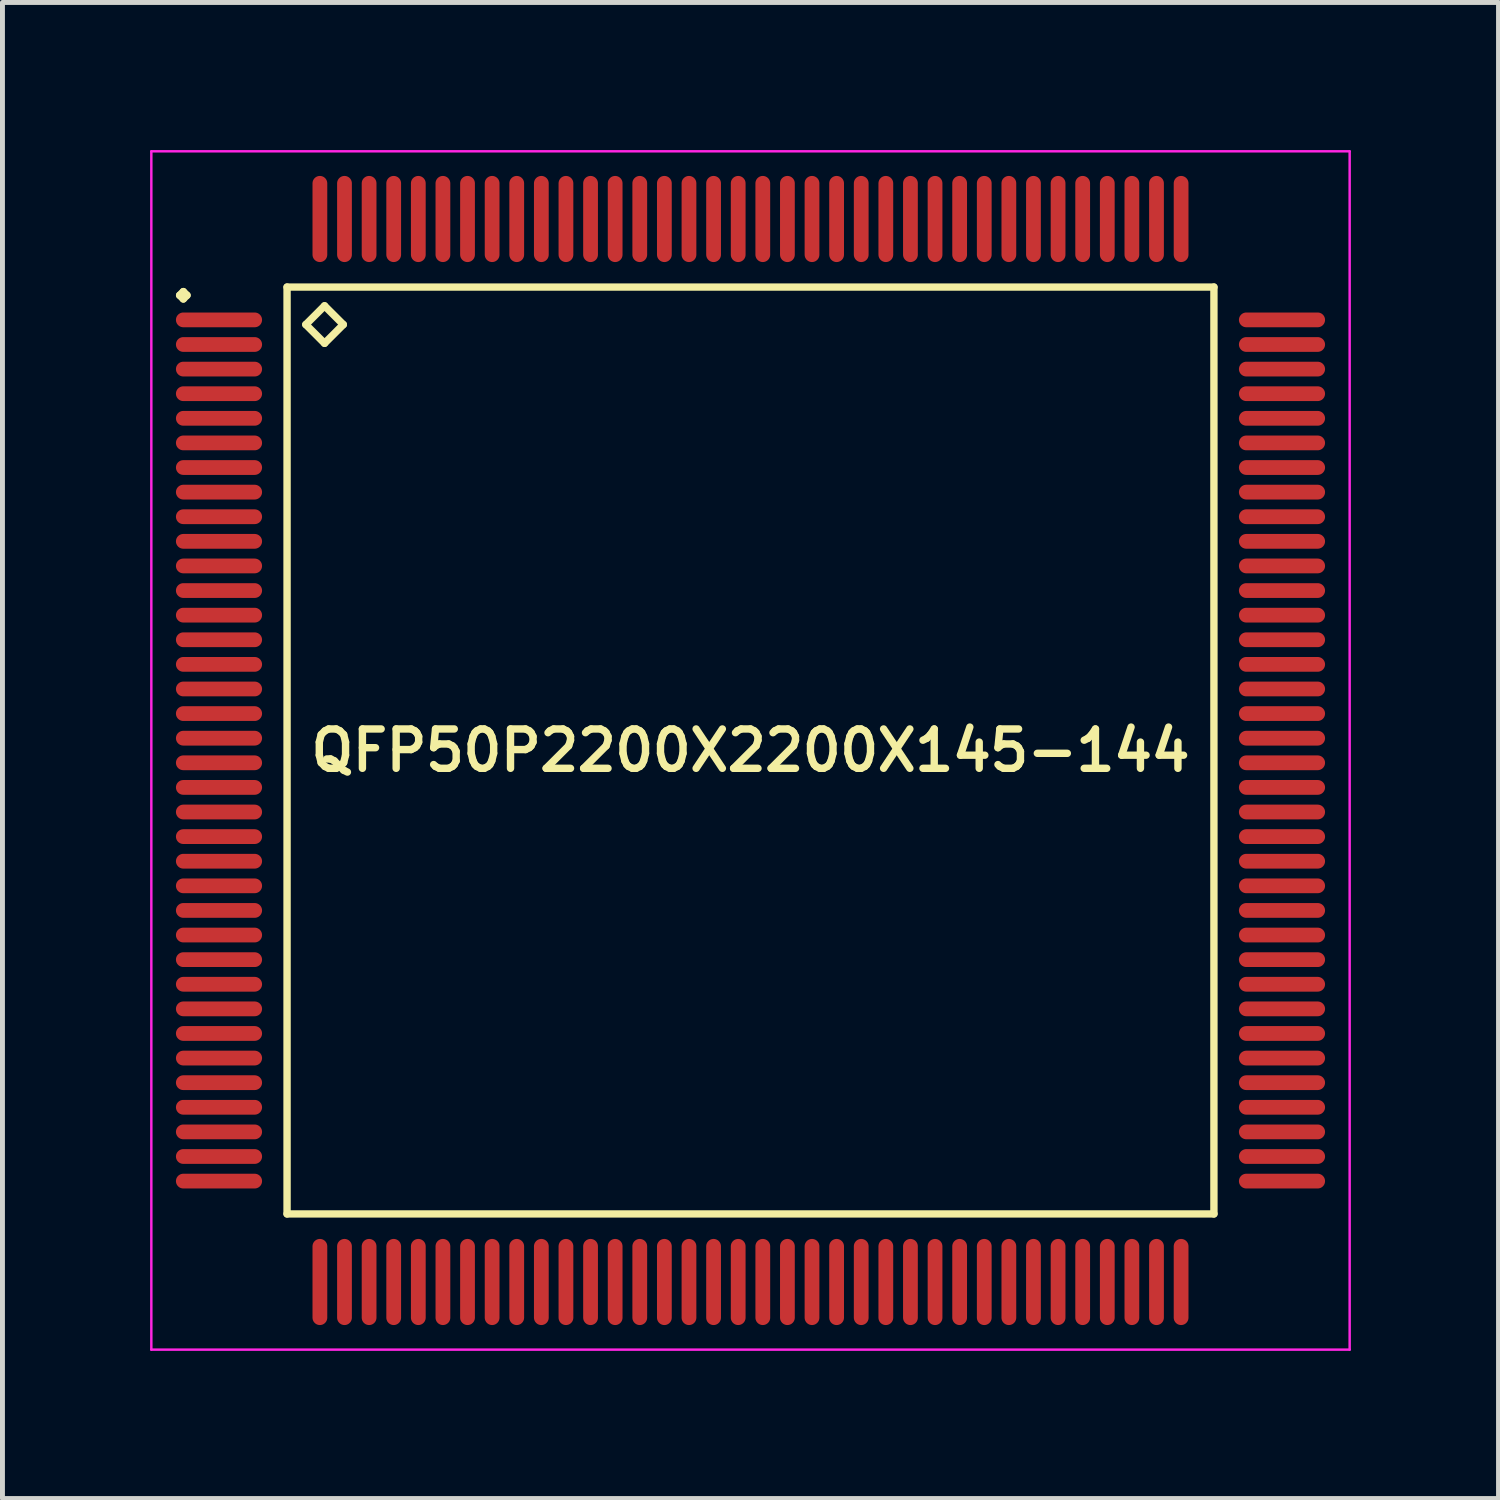
<source format=kicad_pcb>
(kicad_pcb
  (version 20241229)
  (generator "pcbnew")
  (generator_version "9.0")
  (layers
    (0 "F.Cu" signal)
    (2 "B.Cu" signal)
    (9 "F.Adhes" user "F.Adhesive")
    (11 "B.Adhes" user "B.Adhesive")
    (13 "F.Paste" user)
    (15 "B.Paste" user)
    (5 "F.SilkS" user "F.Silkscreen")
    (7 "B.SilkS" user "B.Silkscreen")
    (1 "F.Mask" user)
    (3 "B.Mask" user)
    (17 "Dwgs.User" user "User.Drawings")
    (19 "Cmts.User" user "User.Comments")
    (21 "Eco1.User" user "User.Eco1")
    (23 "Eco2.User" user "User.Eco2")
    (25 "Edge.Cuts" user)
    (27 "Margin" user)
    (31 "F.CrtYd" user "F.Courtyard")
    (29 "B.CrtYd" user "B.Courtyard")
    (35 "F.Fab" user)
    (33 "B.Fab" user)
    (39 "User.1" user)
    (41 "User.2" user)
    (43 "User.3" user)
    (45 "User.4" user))
  (footprint "QFP50P2200X2200X145-144"
    (layer "F.Cu")
    (at 12.2 12.2)
    (property "Reference" "QFP50P2200X2200X145-144" (at 0 0 0) (layer "F.SilkS") (effects (font (size 0.8 0.8) (thickness 0.15))))
    (attr smd)
    (fp_line (start -11.6 -9.25) (end -11.525 -9.325) (stroke (width 0.15) (type solid)) (layer "F.SilkS"))
    (fp_line (start -11.525 -9.325) (end -11.45 -9.25) (stroke (width 0.15) (type solid)) (layer "F.SilkS"))
    (fp_line (start -11.525 -9.175) (end -11.6 -9.25) (stroke (width 0.15) (type solid)) (layer "F.SilkS"))
    (fp_line (start -11.45 -9.25) (end -11.525 -9.175) (stroke (width 0.15) (type solid)) (layer "F.SilkS"))
    (fp_line (start -9.417 -9.417) (end -9.417 9.417) (stroke (width 0.15) (type solid)) (layer "F.SilkS"))
    (fp_line (start -9.417 9.417) (end 9.417 9.417) (stroke (width 0.15) (type solid)) (layer "F.SilkS"))
    (fp_line (start -9.036 -8.655) (end -8.655 -9.036) (stroke (width 0.15) (type solid)) (layer "F.SilkS"))
    (fp_line (start -8.655 -9.036) (end -8.274 -8.655) (stroke (width 0.15) (type solid)) (layer "F.SilkS"))
    (fp_line (start -8.655 -8.274) (end -9.036 -8.655) (stroke (width 0.15) (type solid)) (layer "F.SilkS"))
    (fp_line (start -8.274 -8.655) (end -8.655 -8.274) (stroke (width 0.15) (type solid)) (layer "F.SilkS"))
    (fp_line (start 9.417 -9.417) (end -9.417 -9.417) (stroke (width 0.15) (type solid)) (layer "F.SilkS"))
    (fp_line (start 9.417 9.417) (end 9.417 -9.417) (stroke (width 0.15) (type solid)) (layer "F.SilkS"))
    (fp_line (start -12.175 -12.175) (end 12.175 -12.175) (stroke (width 0.05) (type solid)) (layer "F.CrtYd"))
    (fp_line (start -12.175 12.175) (end -12.175 -12.175) (stroke (width 0.05) (type solid)) (layer "F.CrtYd"))
    (fp_line (start 12.175 -12.175) (end 12.175 12.175) (stroke (width 0.05) (type solid)) (layer "F.CrtYd"))
    (fp_line (start 12.175 12.175) (end -12.175 12.175) (stroke (width 0.05) (type solid)) (layer "F.CrtYd"))
    (pad "1" smd oval (at -10.8 -8.75) (size 1.75 0.3) (layers "F.Cu" "F.Mask" "F.Paste"))
    (pad "2" smd oval (at -10.8 -8.25) (size 1.75 0.3) (layers "F.Cu" "F.Mask" "F.Paste"))
    (pad "3" smd oval (at -10.8 -7.75) (size 1.75 0.3) (layers "F.Cu" "F.Mask" "F.Paste"))
    (pad "4" smd oval (at -10.8 -7.25) (size 1.75 0.3) (layers "F.Cu" "F.Mask" "F.Paste"))
    (pad "5" smd oval (at -10.8 -6.75) (size 1.75 0.3) (layers "F.Cu" "F.Mask" "F.Paste"))
    (pad "6" smd oval (at -10.8 -6.25) (size 1.75 0.3) (layers "F.Cu" "F.Mask" "F.Paste"))
    (pad "7" smd oval (at -10.8 -5.75) (size 1.75 0.3) (layers "F.Cu" "F.Mask" "F.Paste"))
    (pad "8" smd oval (at -10.8 -5.25) (size 1.75 0.3) (layers "F.Cu" "F.Mask" "F.Paste"))
    (pad "9" smd oval (at -10.8 -4.75) (size 1.75 0.3) (layers "F.Cu" "F.Mask" "F.Paste"))
    (pad "10" smd oval (at -10.8 -4.25) (size 1.75 0.3) (layers "F.Cu" "F.Mask" "F.Paste"))
    (pad "11" smd oval (at -10.8 -3.75) (size 1.75 0.3) (layers "F.Cu" "F.Mask" "F.Paste"))
    (pad "12" smd oval (at -10.8 -3.25) (size 1.75 0.3) (layers "F.Cu" "F.Mask" "F.Paste"))
    (pad "13" smd oval (at -10.8 -2.75) (size 1.75 0.3) (layers "F.Cu" "F.Mask" "F.Paste"))
    (pad "14" smd oval (at -10.8 -2.25) (size 1.75 0.3) (layers "F.Cu" "F.Mask" "F.Paste"))
    (pad "15" smd oval (at -10.8 -1.75) (size 1.75 0.3) (layers "F.Cu" "F.Mask" "F.Paste"))
    (pad "16" smd oval (at -10.8 -1.25) (size 1.75 0.3) (layers "F.Cu" "F.Mask" "F.Paste"))
    (pad "17" smd oval (at -10.8 -0.75) (size 1.75 0.3) (layers "F.Cu" "F.Mask" "F.Paste"))
    (pad "18" smd oval (at -10.8 -0.25) (size 1.75 0.3) (layers "F.Cu" "F.Mask" "F.Paste"))
    (pad "19" smd oval (at -10.8 0.25) (size 1.75 0.3) (layers "F.Cu" "F.Mask" "F.Paste"))
    (pad "20" smd oval (at -10.8 0.75) (size 1.75 0.3) (layers "F.Cu" "F.Mask" "F.Paste"))
    (pad "21" smd oval (at -10.8 1.25) (size 1.75 0.3) (layers "F.Cu" "F.Mask" "F.Paste"))
    (pad "22" smd oval (at -10.8 1.75) (size 1.75 0.3) (layers "F.Cu" "F.Mask" "F.Paste"))
    (pad "23" smd oval (at -10.8 2.25) (size 1.75 0.3) (layers "F.Cu" "F.Mask" "F.Paste"))
    (pad "24" smd oval (at -10.8 2.75) (size 1.75 0.3) (layers "F.Cu" "F.Mask" "F.Paste"))
    (pad "25" smd oval (at -10.8 3.25) (size 1.75 0.3) (layers "F.Cu" "F.Mask" "F.Paste"))
    (pad "26" smd oval (at -10.8 3.75) (size 1.75 0.3) (layers "F.Cu" "F.Mask" "F.Paste"))
    (pad "27" smd oval (at -10.8 4.25) (size 1.75 0.3) (layers "F.Cu" "F.Mask" "F.Paste"))
    (pad "28" smd oval (at -10.8 4.75) (size 1.75 0.3) (layers "F.Cu" "F.Mask" "F.Paste"))
    (pad "29" smd oval (at -10.8 5.25) (size 1.75 0.3) (layers "F.Cu" "F.Mask" "F.Paste"))
    (pad "30" smd oval (at -10.8 5.75) (size 1.75 0.3) (layers "F.Cu" "F.Mask" "F.Paste"))
    (pad "31" smd oval (at -10.8 6.25) (size 1.75 0.3) (layers "F.Cu" "F.Mask" "F.Paste"))
    (pad "32" smd oval (at -10.8 6.75) (size 1.75 0.3) (layers "F.Cu" "F.Mask" "F.Paste"))
    (pad "33" smd oval (at -10.8 7.25) (size 1.75 0.3) (layers "F.Cu" "F.Mask" "F.Paste"))
    (pad "34" smd oval (at -10.8 7.75) (size 1.75 0.3) (layers "F.Cu" "F.Mask" "F.Paste"))
    (pad "35" smd oval (at -10.8 8.25) (size 1.75 0.3) (layers "F.Cu" "F.Mask" "F.Paste"))
    (pad "36" smd oval (at -10.8 8.75) (size 1.75 0.3) (layers "F.Cu" "F.Mask" "F.Paste"))
    (pad "37" smd oval (at -8.75 10.8) (size 0.3 1.75) (layers "F.Cu" "F.Mask" "F.Paste"))
    (pad "38" smd oval (at -8.25 10.8) (size 0.3 1.75) (layers "F.Cu" "F.Mask" "F.Paste"))
    (pad "39" smd oval (at -7.75 10.8) (size 0.3 1.75) (layers "F.Cu" "F.Mask" "F.Paste"))
    (pad "40" smd oval (at -7.25 10.8) (size 0.3 1.75) (layers "F.Cu" "F.Mask" "F.Paste"))
    (pad "41" smd oval (at -6.75 10.8) (size 0.3 1.75) (layers "F.Cu" "F.Mask" "F.Paste"))
    (pad "42" smd oval (at -6.25 10.8) (size 0.3 1.75) (layers "F.Cu" "F.Mask" "F.Paste"))
    (pad "43" smd oval (at -5.75 10.8) (size 0.3 1.75) (layers "F.Cu" "F.Mask" "F.Paste"))
    (pad "44" smd oval (at -5.25 10.8) (size 0.3 1.75) (layers "F.Cu" "F.Mask" "F.Paste"))
    (pad "45" smd oval (at -4.75 10.8) (size 0.3 1.75) (layers "F.Cu" "F.Mask" "F.Paste"))
    (pad "46" smd oval (at -4.25 10.8) (size 0.3 1.75) (layers "F.Cu" "F.Mask" "F.Paste"))
    (pad "47" smd oval (at -3.75 10.8) (size 0.3 1.75) (layers "F.Cu" "F.Mask" "F.Paste"))
    (pad "48" smd oval (at -3.25 10.8) (size 0.3 1.75) (layers "F.Cu" "F.Mask" "F.Paste"))
    (pad "49" smd oval (at -2.75 10.8) (size 0.3 1.75) (layers "F.Cu" "F.Mask" "F.Paste"))
    (pad "50" smd oval (at -2.25 10.8) (size 0.3 1.75) (layers "F.Cu" "F.Mask" "F.Paste"))
    (pad "51" smd oval (at -1.75 10.8) (size 0.3 1.75) (layers "F.Cu" "F.Mask" "F.Paste"))
    (pad "52" smd oval (at -1.25 10.8) (size 0.3 1.75) (layers "F.Cu" "F.Mask" "F.Paste"))
    (pad "53" smd oval (at -0.75 10.8) (size 0.3 1.75) (layers "F.Cu" "F.Mask" "F.Paste"))
    (pad "54" smd oval (at -0.25 10.8) (size 0.3 1.75) (layers "F.Cu" "F.Mask" "F.Paste"))
    (pad "55" smd oval (at 0.25 10.8) (size 0.3 1.75) (layers "F.Cu" "F.Mask" "F.Paste"))
    (pad "56" smd oval (at 0.75 10.8) (size 0.3 1.75) (layers "F.Cu" "F.Mask" "F.Paste"))
    (pad "57" smd oval (at 1.25 10.8) (size 0.3 1.75) (layers "F.Cu" "F.Mask" "F.Paste"))
    (pad "58" smd oval (at 1.75 10.8) (size 0.3 1.75) (layers "F.Cu" "F.Mask" "F.Paste"))
    (pad "59" smd oval (at 2.25 10.8) (size 0.3 1.75) (layers "F.Cu" "F.Mask" "F.Paste"))
    (pad "60" smd oval (at 2.75 10.8) (size 0.3 1.75) (layers "F.Cu" "F.Mask" "F.Paste"))
    (pad "61" smd oval (at 3.25 10.8) (size 0.3 1.75) (layers "F.Cu" "F.Mask" "F.Paste"))
    (pad "62" smd oval (at 3.75 10.8) (size 0.3 1.75) (layers "F.Cu" "F.Mask" "F.Paste"))
    (pad "63" smd oval (at 4.25 10.8) (size 0.3 1.75) (layers "F.Cu" "F.Mask" "F.Paste"))
    (pad "64" smd oval (at 4.75 10.8) (size 0.3 1.75) (layers "F.Cu" "F.Mask" "F.Paste"))
    (pad "65" smd oval (at 5.25 10.8) (size 0.3 1.75) (layers "F.Cu" "F.Mask" "F.Paste"))
    (pad "66" smd oval (at 5.75 10.8) (size 0.3 1.75) (layers "F.Cu" "F.Mask" "F.Paste"))
    (pad "67" smd oval (at 6.25 10.8) (size 0.3 1.75) (layers "F.Cu" "F.Mask" "F.Paste"))
    (pad "68" smd oval (at 6.75 10.8) (size 0.3 1.75) (layers "F.Cu" "F.Mask" "F.Paste"))
    (pad "69" smd oval (at 7.25 10.8) (size 0.3 1.75) (layers "F.Cu" "F.Mask" "F.Paste"))
    (pad "70" smd oval (at 7.75 10.8) (size 0.3 1.75) (layers "F.Cu" "F.Mask" "F.Paste"))
    (pad "71" smd oval (at 8.25 10.8) (size 0.3 1.75) (layers "F.Cu" "F.Mask" "F.Paste"))
    (pad "72" smd oval (at 8.75 10.8) (size 0.3 1.75) (layers "F.Cu" "F.Mask" "F.Paste"))
    (pad "73" smd oval (at 10.8 8.75) (size 1.75 0.3) (layers "F.Cu" "F.Mask" "F.Paste"))
    (pad "74" smd oval (at 10.8 8.25) (size 1.75 0.3) (layers "F.Cu" "F.Mask" "F.Paste"))
    (pad "75" smd oval (at 10.8 7.75) (size 1.75 0.3) (layers "F.Cu" "F.Mask" "F.Paste"))
    (pad "76" smd oval (at 10.8 7.25) (size 1.75 0.3) (layers "F.Cu" "F.Mask" "F.Paste"))
    (pad "77" smd oval (at 10.8 6.75) (size 1.75 0.3) (layers "F.Cu" "F.Mask" "F.Paste"))
    (pad "78" smd oval (at 10.8 6.25) (size 1.75 0.3) (layers "F.Cu" "F.Mask" "F.Paste"))
    (pad "79" smd oval (at 10.8 5.75) (size 1.75 0.3) (layers "F.Cu" "F.Mask" "F.Paste"))
    (pad "80" smd oval (at 10.8 5.25) (size 1.75 0.3) (layers "F.Cu" "F.Mask" "F.Paste"))
    (pad "81" smd oval (at 10.8 4.75) (size 1.75 0.3) (layers "F.Cu" "F.Mask" "F.Paste"))
    (pad "82" smd oval (at 10.8 4.25) (size 1.75 0.3) (layers "F.Cu" "F.Mask" "F.Paste"))
    (pad "83" smd oval (at 10.8 3.75) (size 1.75 0.3) (layers "F.Cu" "F.Mask" "F.Paste"))
    (pad "84" smd oval (at 10.8 3.25) (size 1.75 0.3) (layers "F.Cu" "F.Mask" "F.Paste"))
    (pad "85" smd oval (at 10.8 2.75) (size 1.75 0.3) (layers "F.Cu" "F.Mask" "F.Paste"))
    (pad "86" smd oval (at 10.8 2.25) (size 1.75 0.3) (layers "F.Cu" "F.Mask" "F.Paste"))
    (pad "87" smd oval (at 10.8 1.75) (size 1.75 0.3) (layers "F.Cu" "F.Mask" "F.Paste"))
    (pad "88" smd oval (at 10.8 1.25) (size 1.75 0.3) (layers "F.Cu" "F.Mask" "F.Paste"))
    (pad "89" smd oval (at 10.8 0.75) (size 1.75 0.3) (layers "F.Cu" "F.Mask" "F.Paste"))
    (pad "90" smd oval (at 10.8 0.25) (size 1.75 0.3) (layers "F.Cu" "F.Mask" "F.Paste"))
    (pad "91" smd oval (at 10.8 -0.25) (size 1.75 0.3) (layers "F.Cu" "F.Mask" "F.Paste"))
    (pad "92" smd oval (at 10.8 -0.75) (size 1.75 0.3) (layers "F.Cu" "F.Mask" "F.Paste"))
    (pad "93" smd oval (at 10.8 -1.25) (size 1.75 0.3) (layers "F.Cu" "F.Mask" "F.Paste"))
    (pad "94" smd oval (at 10.8 -1.75) (size 1.75 0.3) (layers "F.Cu" "F.Mask" "F.Paste"))
    (pad "95" smd oval (at 10.8 -2.25) (size 1.75 0.3) (layers "F.Cu" "F.Mask" "F.Paste"))
    (pad "96" smd oval (at 10.8 -2.75) (size 1.75 0.3) (layers "F.Cu" "F.Mask" "F.Paste"))
    (pad "97" smd oval (at 10.8 -3.25) (size 1.75 0.3) (layers "F.Cu" "F.Mask" "F.Paste"))
    (pad "98" smd oval (at 10.8 -3.75) (size 1.75 0.3) (layers "F.Cu" "F.Mask" "F.Paste"))
    (pad "99" smd oval (at 10.8 -4.25) (size 1.75 0.3) (layers "F.Cu" "F.Mask" "F.Paste"))
    (pad "100" smd oval (at 10.8 -4.75) (size 1.75 0.3) (layers "F.Cu" "F.Mask" "F.Paste"))
    (pad "101" smd oval (at 10.8 -5.25) (size 1.75 0.3) (layers "F.Cu" "F.Mask" "F.Paste"))
    (pad "102" smd oval (at 10.8 -5.75) (size 1.75 0.3) (layers "F.Cu" "F.Mask" "F.Paste"))
    (pad "103" smd oval (at 10.8 -6.25) (size 1.75 0.3) (layers "F.Cu" "F.Mask" "F.Paste"))
    (pad "104" smd oval (at 10.8 -6.75) (size 1.75 0.3) (layers "F.Cu" "F.Mask" "F.Paste"))
    (pad "105" smd oval (at 10.8 -7.25) (size 1.75 0.3) (layers "F.Cu" "F.Mask" "F.Paste"))
    (pad "106" smd oval (at 10.8 -7.75) (size 1.75 0.3) (layers "F.Cu" "F.Mask" "F.Paste"))
    (pad "107" smd oval (at 10.8 -8.25) (size 1.75 0.3) (layers "F.Cu" "F.Mask" "F.Paste"))
    (pad "108" smd oval (at 10.8 -8.75) (size 1.75 0.3) (layers "F.Cu" "F.Mask" "F.Paste"))
    (pad "109" smd oval (at 8.75 -10.8) (size 0.3 1.75) (layers "F.Cu" "F.Mask" "F.Paste"))
    (pad "110" smd oval (at 8.25 -10.8) (size 0.3 1.75) (layers "F.Cu" "F.Mask" "F.Paste"))
    (pad "111" smd oval (at 7.75 -10.8) (size 0.3 1.75) (layers "F.Cu" "F.Mask" "F.Paste"))
    (pad "112" smd oval (at 7.25 -10.8) (size 0.3 1.75) (layers "F.Cu" "F.Mask" "F.Paste"))
    (pad "113" smd oval (at 6.75 -10.8) (size 0.3 1.75) (layers "F.Cu" "F.Mask" "F.Paste"))
    (pad "114" smd oval (at 6.25 -10.8) (size 0.3 1.75) (layers "F.Cu" "F.Mask" "F.Paste"))
    (pad "115" smd oval (at 5.75 -10.8) (size 0.3 1.75) (layers "F.Cu" "F.Mask" "F.Paste"))
    (pad "116" smd oval (at 5.25 -10.8) (size 0.3 1.75) (layers "F.Cu" "F.Mask" "F.Paste"))
    (pad "117" smd oval (at 4.75 -10.8) (size 0.3 1.75) (layers "F.Cu" "F.Mask" "F.Paste"))
    (pad "118" smd oval (at 4.25 -10.8) (size 0.3 1.75) (layers "F.Cu" "F.Mask" "F.Paste"))
    (pad "119" smd oval (at 3.75 -10.8) (size 0.3 1.75) (layers "F.Cu" "F.Mask" "F.Paste"))
    (pad "120" smd oval (at 3.25 -10.8) (size 0.3 1.75) (layers "F.Cu" "F.Mask" "F.Paste"))
    (pad "121" smd oval (at 2.75 -10.8) (size 0.3 1.75) (layers "F.Cu" "F.Mask" "F.Paste"))
    (pad "122" smd oval (at 2.25 -10.8) (size 0.3 1.75) (layers "F.Cu" "F.Mask" "F.Paste"))
    (pad "123" smd oval (at 1.75 -10.8) (size 0.3 1.75) (layers "F.Cu" "F.Mask" "F.Paste"))
    (pad "124" smd oval (at 1.25 -10.8) (size 0.3 1.75) (layers "F.Cu" "F.Mask" "F.Paste"))
    (pad "125" smd oval (at 0.75 -10.8) (size 0.3 1.75) (layers "F.Cu" "F.Mask" "F.Paste"))
    (pad "126" smd oval (at 0.25 -10.8) (size 0.3 1.75) (layers "F.Cu" "F.Mask" "F.Paste"))
    (pad "127" smd oval (at -0.25 -10.8) (size 0.3 1.75) (layers "F.Cu" "F.Mask" "F.Paste"))
    (pad "128" smd oval (at -0.75 -10.8) (size 0.3 1.75) (layers "F.Cu" "F.Mask" "F.Paste"))
    (pad "129" smd oval (at -1.25 -10.8) (size 0.3 1.75) (layers "F.Cu" "F.Mask" "F.Paste"))
    (pad "130" smd oval (at -1.75 -10.8) (size 0.3 1.75) (layers "F.Cu" "F.Mask" "F.Paste"))
    (pad "131" smd oval (at -2.25 -10.8) (size 0.3 1.75) (layers "F.Cu" "F.Mask" "F.Paste"))
    (pad "132" smd oval (at -2.75 -10.8) (size 0.3 1.75) (layers "F.Cu" "F.Mask" "F.Paste"))
    (pad "133" smd oval (at -3.25 -10.8) (size 0.3 1.75) (layers "F.Cu" "F.Mask" "F.Paste"))
    (pad "134" smd oval (at -3.75 -10.8) (size 0.3 1.75) (layers "F.Cu" "F.Mask" "F.Paste"))
    (pad "135" smd oval (at -4.25 -10.8) (size 0.3 1.75) (layers "F.Cu" "F.Mask" "F.Paste"))
    (pad "136" smd oval (at -4.75 -10.8) (size 0.3 1.75) (layers "F.Cu" "F.Mask" "F.Paste"))
    (pad "137" smd oval (at -5.25 -10.8) (size 0.3 1.75) (layers "F.Cu" "F.Mask" "F.Paste"))
    (pad "138" smd oval (at -5.75 -10.8) (size 0.3 1.75) (layers "F.Cu" "F.Mask" "F.Paste"))
    (pad "139" smd oval (at -6.25 -10.8) (size 0.3 1.75) (layers "F.Cu" "F.Mask" "F.Paste"))
    (pad "140" smd oval (at -6.75 -10.8) (size 0.3 1.75) (layers "F.Cu" "F.Mask" "F.Paste"))
    (pad "141" smd oval (at -7.25 -10.8) (size 0.3 1.75) (layers "F.Cu" "F.Mask" "F.Paste"))
    (pad "142" smd oval (at -7.75 -10.8) (size 0.3 1.75) (layers "F.Cu" "F.Mask" "F.Paste"))
    (pad "143" smd oval (at -8.25 -10.8) (size 0.3 1.75) (layers "F.Cu" "F.Mask" "F.Paste"))
    (pad "144" smd oval (at -8.75 -10.8) (size 0.3 1.75) (layers "F.Cu" "F.Mask" "F.Paste")))
  (gr_rect
    (start -3 -3)
    (end 27.4 27.4)
    (stroke (width 0.1) (type default))
    (fill no)
    (layer "Edge.Cuts")))
</source>
